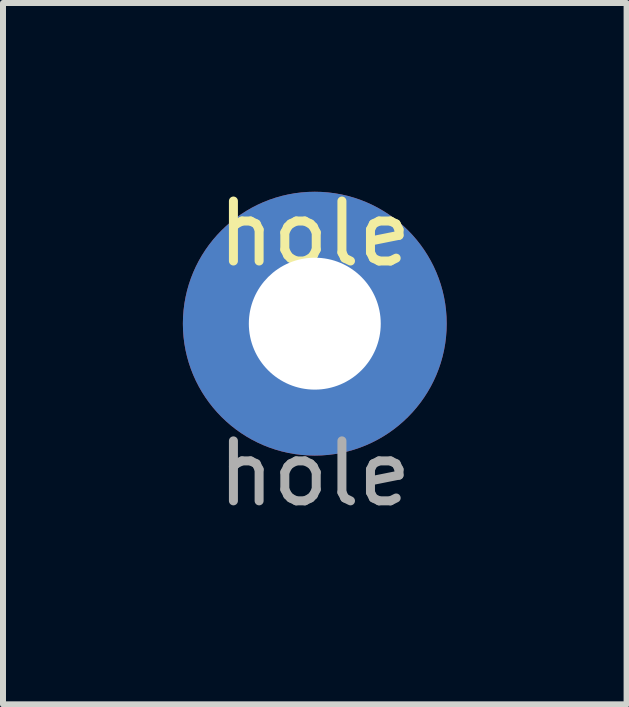
<source format=kicad_pcb>
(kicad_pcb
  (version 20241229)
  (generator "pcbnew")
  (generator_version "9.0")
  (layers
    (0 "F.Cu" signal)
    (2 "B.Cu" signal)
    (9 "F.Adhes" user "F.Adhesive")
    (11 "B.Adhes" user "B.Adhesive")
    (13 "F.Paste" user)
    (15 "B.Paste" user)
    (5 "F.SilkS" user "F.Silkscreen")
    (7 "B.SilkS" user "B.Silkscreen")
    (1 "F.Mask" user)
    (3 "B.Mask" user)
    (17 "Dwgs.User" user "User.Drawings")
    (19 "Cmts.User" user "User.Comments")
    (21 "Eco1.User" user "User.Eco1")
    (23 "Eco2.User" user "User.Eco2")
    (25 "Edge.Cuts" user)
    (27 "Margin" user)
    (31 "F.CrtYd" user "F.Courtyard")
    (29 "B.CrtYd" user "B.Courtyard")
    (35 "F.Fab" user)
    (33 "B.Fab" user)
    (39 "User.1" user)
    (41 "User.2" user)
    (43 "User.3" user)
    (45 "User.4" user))
  (footprint "hole"
    (layer "F.Cu")
    (at 2.2 2.348)
    (property "Reference" "hole" (at 0 -1.5 0) (unlocked yes) (layer "F.SilkS") (effects (font (size 1 1) (thickness 0.15))))
    (attr through_hole)
    (fp_text user "${REFERENCE}" (at 0 2.5 0) (unlocked yes) (layer "F.Fab") (effects (font (size 1 1) (thickness 0.15))))
    (pad "1" thru_hole circle (at 0 0) (size 4.4 4.4) (drill 2.2) (layers "*.Cu" "*.Mask")))
  (gr_rect
    (start -3 -3)
    (end 7.4 8.697)
    (stroke (width 0.1) (type default))
    (fill no)
    (layer "Edge.Cuts")))
</source>
